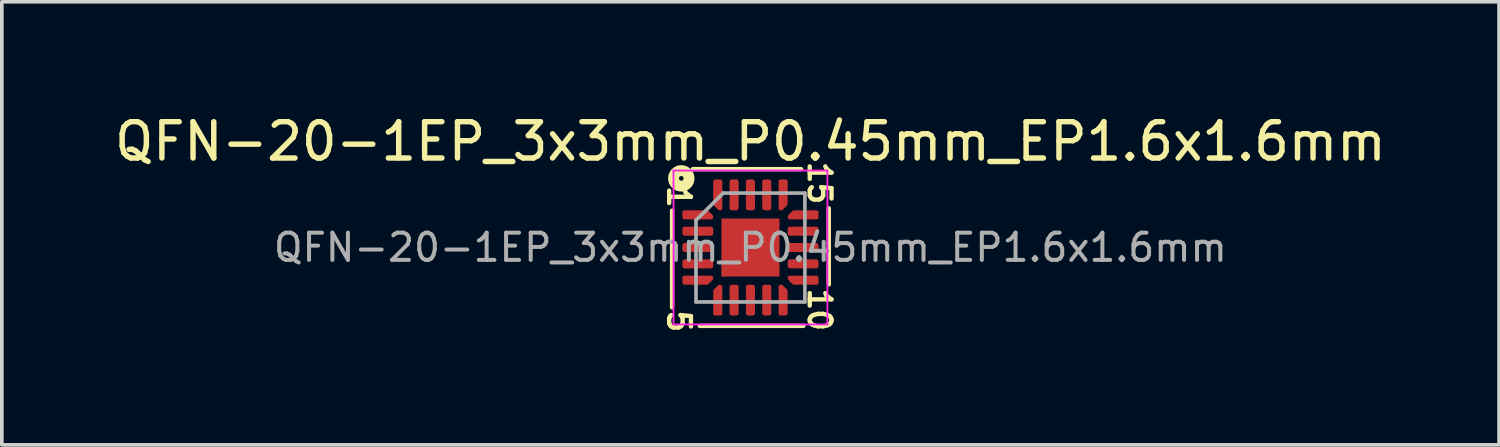
<source format=kicad_pcb>
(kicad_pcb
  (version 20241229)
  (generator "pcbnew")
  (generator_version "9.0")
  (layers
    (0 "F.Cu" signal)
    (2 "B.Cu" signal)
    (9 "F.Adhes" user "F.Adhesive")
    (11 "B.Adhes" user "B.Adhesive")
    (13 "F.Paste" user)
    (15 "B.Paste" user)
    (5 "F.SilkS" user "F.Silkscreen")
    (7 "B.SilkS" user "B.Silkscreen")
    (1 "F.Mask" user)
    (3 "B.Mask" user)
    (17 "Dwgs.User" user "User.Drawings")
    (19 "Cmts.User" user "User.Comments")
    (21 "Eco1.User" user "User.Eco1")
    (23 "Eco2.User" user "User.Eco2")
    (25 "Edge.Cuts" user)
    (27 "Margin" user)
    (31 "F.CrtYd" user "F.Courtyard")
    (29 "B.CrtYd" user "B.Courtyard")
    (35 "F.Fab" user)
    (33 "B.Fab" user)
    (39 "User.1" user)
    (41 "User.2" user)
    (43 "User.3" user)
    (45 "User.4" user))
  (footprint "QFN-20-1EP_3x3mm_P0.45mm_EP1.6x1.6mm"
    (layer "F.Cu")
    (at 17.625 3.769)
    (property "Reference" "QFN-20-1EP_3x3mm_P0.45mm_EP1.6x1.6mm" (at 0 -2.921 0) (layer "F.SilkS") (effects (font (size 1 1) (thickness 0.15))))
    (attr smd)
    (fp_line (start -2.159 -1.016) (end -2.159 1.651) (stroke (width 0.12) (type solid)) (layer "F.SilkS"))
    (fp_line (start -1.397 2.159) (end 1.46 2.159) (stroke (width 0.12) (type solid)) (layer "F.SilkS"))
    (fp_line (start 1.397 -2.159) (end -1.587 -2.159) (stroke (width 0.12) (type solid)) (layer "F.SilkS"))
    (fp_line (start 2.159 1.016) (end 2.159 -1.079) (stroke (width 0.12) (type solid)) (layer "F.SilkS"))
    (fp_circle (center -1.905 -1.905) (end -1.841 -1.905) (stroke (width 0.3) (type solid)) (fill no) (layer "F.SilkS"))
    (fp_line (start -2.12 -2.12) (end -2.12 2.12) (stroke (width 0.05) (type solid)) (layer "F.CrtYd"))
    (fp_line (start -2.12 2.12) (end 2.12 2.12) (stroke (width 0.05) (type solid)) (layer "F.CrtYd"))
    (fp_line (start 2.12 -2.12) (end -2.12 -2.12) (stroke (width 0.05) (type solid)) (layer "F.CrtYd"))
    (fp_line (start 2.12 2.12) (end 2.12 -2.12) (stroke (width 0.05) (type solid)) (layer "F.CrtYd"))
    (fp_line (start -1.5 -0.75) (end -0.75 -1.5) (stroke (width 0.1) (type solid)) (layer "F.Fab"))
    (fp_line (start -1.5 1.5) (end -1.5 -0.75) (stroke (width 0.1) (type solid)) (layer "F.Fab"))
    (fp_line (start -0.75 -1.5) (end 1.5 -1.5) (stroke (width 0.1) (type solid)) (layer "F.Fab"))
    (fp_line (start 1.5 -1.5) (end 1.5 1.5) (stroke (width 0.1) (type solid)) (layer "F.Fab"))
    (fp_line (start 1.5 1.5) (end -1.5 1.5) (stroke (width 0.1) (type solid)) (layer "F.Fab"))
    (fp_text user "1" (at -1.968 -1.397 270) (unlocked yes) (layer "F.SilkS") (effects (font (size 0.6 0.6) (thickness 0.12))))
    (fp_text user "15" (at 1.905 -1.778 270) (unlocked yes) (layer "F.SilkS") (effects (font (size 0.6 0.6) (thickness 0.12))))
    (fp_text user "5" (at -1.968 2.032 270) (unlocked yes) (layer "F.SilkS") (effects (font (size 0.6 0.6) (thickness 0.12))))
    (fp_text user "10" (at 1.905 1.714 270) (unlocked yes) (layer "F.SilkS") (effects (font (size 0.6 0.6) (thickness 0.12))))
    (fp_text user "${REFERENCE}" (at 0 0 0) (layer "F.Fab") (effects (font (size 0.75 0.75) (thickness 0.11))))
    (pad "" smd roundrect (at -0.4 -0.4) (size 0.64 0.64) (layers "F.Paste") (roundrect_rratio 0.25))
    (pad "" smd roundrect (at -0.4 0.4) (size 0.64 0.64) (layers "F.Paste") (roundrect_rratio 0.25))
    (pad "" smd roundrect (at 0.4 -0.4) (size 0.64 0.64) (layers "F.Paste") (roundrect_rratio 0.25))
    (pad "" smd roundrect (at 0.4 0.4) (size 0.64 0.64) (layers "F.Paste") (roundrect_rratio 0.25))
    (pad "1" smd custom (at -1.45 -0.9) (size 0.144 0.144) (layers "F.Cu" "F.Mask" "F.Paste") (options (anchor circle)) (primitives (gr_poly (pts (xy 0.375 0.046) (xy 0.375 0.075) (xy -0.375 0.075) (xy -0.375 -0.075) (xy 0.254 -0.075)) (width 0.1) (fill yes))))
    (pad "2" smd roundrect (at -1.45 -0.45) (size 0.85 0.25) (layers "F.Cu" "F.Mask" "F.Paste") (roundrect_rratio 0.25))
    (pad "3" smd roundrect (at -1.45 0) (size 0.85 0.25) (layers "F.Cu" "F.Mask" "F.Paste") (roundrect_rratio 0.25))
    (pad "4" smd roundrect (at -1.45 0.45) (size 0.85 0.25) (layers "F.Cu" "F.Mask" "F.Paste") (roundrect_rratio 0.25))
    (pad "5" smd custom (at -1.45 0.9) (size 0.144 0.144) (layers "F.Cu" "F.Mask" "F.Paste") (options (anchor circle)) (primitives (gr_poly (pts (xy 0.375 -0.046) (xy 0.254 0.075) (xy -0.375 0.075) (xy -0.375 -0.075) (xy 0.375 -0.075)) (width 0.1) (fill yes))))
    (pad "6" smd custom (at -0.9 1.45) (size 0.144 0.144) (layers "F.Cu" "F.Mask" "F.Paste") (options (anchor circle)) (primitives (gr_poly (pts (xy 0.075 0.375) (xy -0.075 0.375) (xy -0.075 -0.254) (xy 0.046 -0.375) (xy 0.075 -0.375)) (width 0.1) (fill yes))))
    (pad "7" smd roundrect (at -0.45 1.45) (size 0.25 0.85) (layers "F.Cu" "F.Mask" "F.Paste") (roundrect_rratio 0.25))
    (pad "8" smd roundrect (at 0 1.45) (size 0.25 0.85) (layers "F.Cu" "F.Mask" "F.Paste") (roundrect_rratio 0.25))
    (pad "9" smd roundrect (at 0.45 1.45) (size 0.25 0.85) (layers "F.Cu" "F.Mask" "F.Paste") (roundrect_rratio 0.25))
    (pad "10" smd custom (at 0.9 1.45) (size 0.144 0.144) (layers "F.Cu" "F.Mask" "F.Paste") (options (anchor circle)) (primitives (gr_poly (pts (xy 0.075 -0.254) (xy 0.075 0.375) (xy -0.075 0.375) (xy -0.075 -0.375) (xy -0.046 -0.375)) (width 0.1) (fill yes))))
    (pad "11" smd custom (at 1.45 0.9) (size 0.144 0.144) (layers "F.Cu" "F.Mask" "F.Paste") (options (anchor circle)) (primitives (gr_poly (pts (xy 0.375 0.075) (xy -0.254 0.075) (xy -0.375 -0.046) (xy -0.375 -0.075) (xy 0.375 -0.075)) (width 0.1) (fill yes))))
    (pad "12" smd roundrect (at 1.45 0.45) (size 0.85 0.25) (layers "F.Cu" "F.Mask" "F.Paste") (roundrect_rratio 0.25))
    (pad "13" smd roundrect (at 1.45 0) (size 0.85 0.25) (layers "F.Cu" "F.Mask" "F.Paste") (roundrect_rratio 0.25))
    (pad "14" smd roundrect (at 1.45 -0.45) (size 0.85 0.25) (layers "F.Cu" "F.Mask" "F.Paste") (roundrect_rratio 0.25))
    (pad "15" smd custom (at 1.45 -0.9) (size 0.144 0.144) (layers "F.Cu" "F.Mask" "F.Paste") (options (anchor circle)) (primitives (gr_poly (pts (xy 0.375 0.075) (xy -0.375 0.075) (xy -0.375 0.046) (xy -0.254 -0.075) (xy 0.375 -0.075)) (width 0.1) (fill yes))))
    (pad "16" smd custom (at 0.9 -1.45) (size 0.144 0.144) (layers "F.Cu" "F.Mask" "F.Paste") (options (anchor circle)) (primitives (gr_poly (pts (xy 0.075 0.254) (xy -0.046 0.375) (xy -0.075 0.375) (xy -0.075 -0.375) (xy 0.075 -0.375)) (width 0.1) (fill yes))))
    (pad "17" smd roundrect (at 0.45 -1.45) (size 0.25 0.85) (layers "F.Cu" "F.Mask" "F.Paste") (roundrect_rratio 0.25))
    (pad "18" smd roundrect (at 0 -1.45) (size 0.25 0.85) (layers "F.Cu" "F.Mask" "F.Paste") (roundrect_rratio 0.25))
    (pad "19" smd roundrect (at -0.45 -1.45) (size 0.25 0.85) (layers "F.Cu" "F.Mask" "F.Paste") (roundrect_rratio 0.25))
    (pad "20" smd custom (at -0.9 -1.45) (size 0.144 0.144) (layers "F.Cu" "F.Mask" "F.Paste") (options (anchor circle)) (primitives (gr_poly (pts (xy 0.075 0.375) (xy 0.046 0.375) (xy -0.075 0.254) (xy -0.075 -0.375) (xy 0.075 -0.375)) (width 0.1) (fill yes))))
    (pad "21" smd rect (at 0 0) (size 1.6 1.6) (layers "F.Cu" "F.Mask")))
  (gr_rect
    (start -3 -3)
    (end 38.25 9.207)
    (stroke (width 0.1) (type default))
    (fill no)
    (layer "Edge.Cuts")))
</source>
